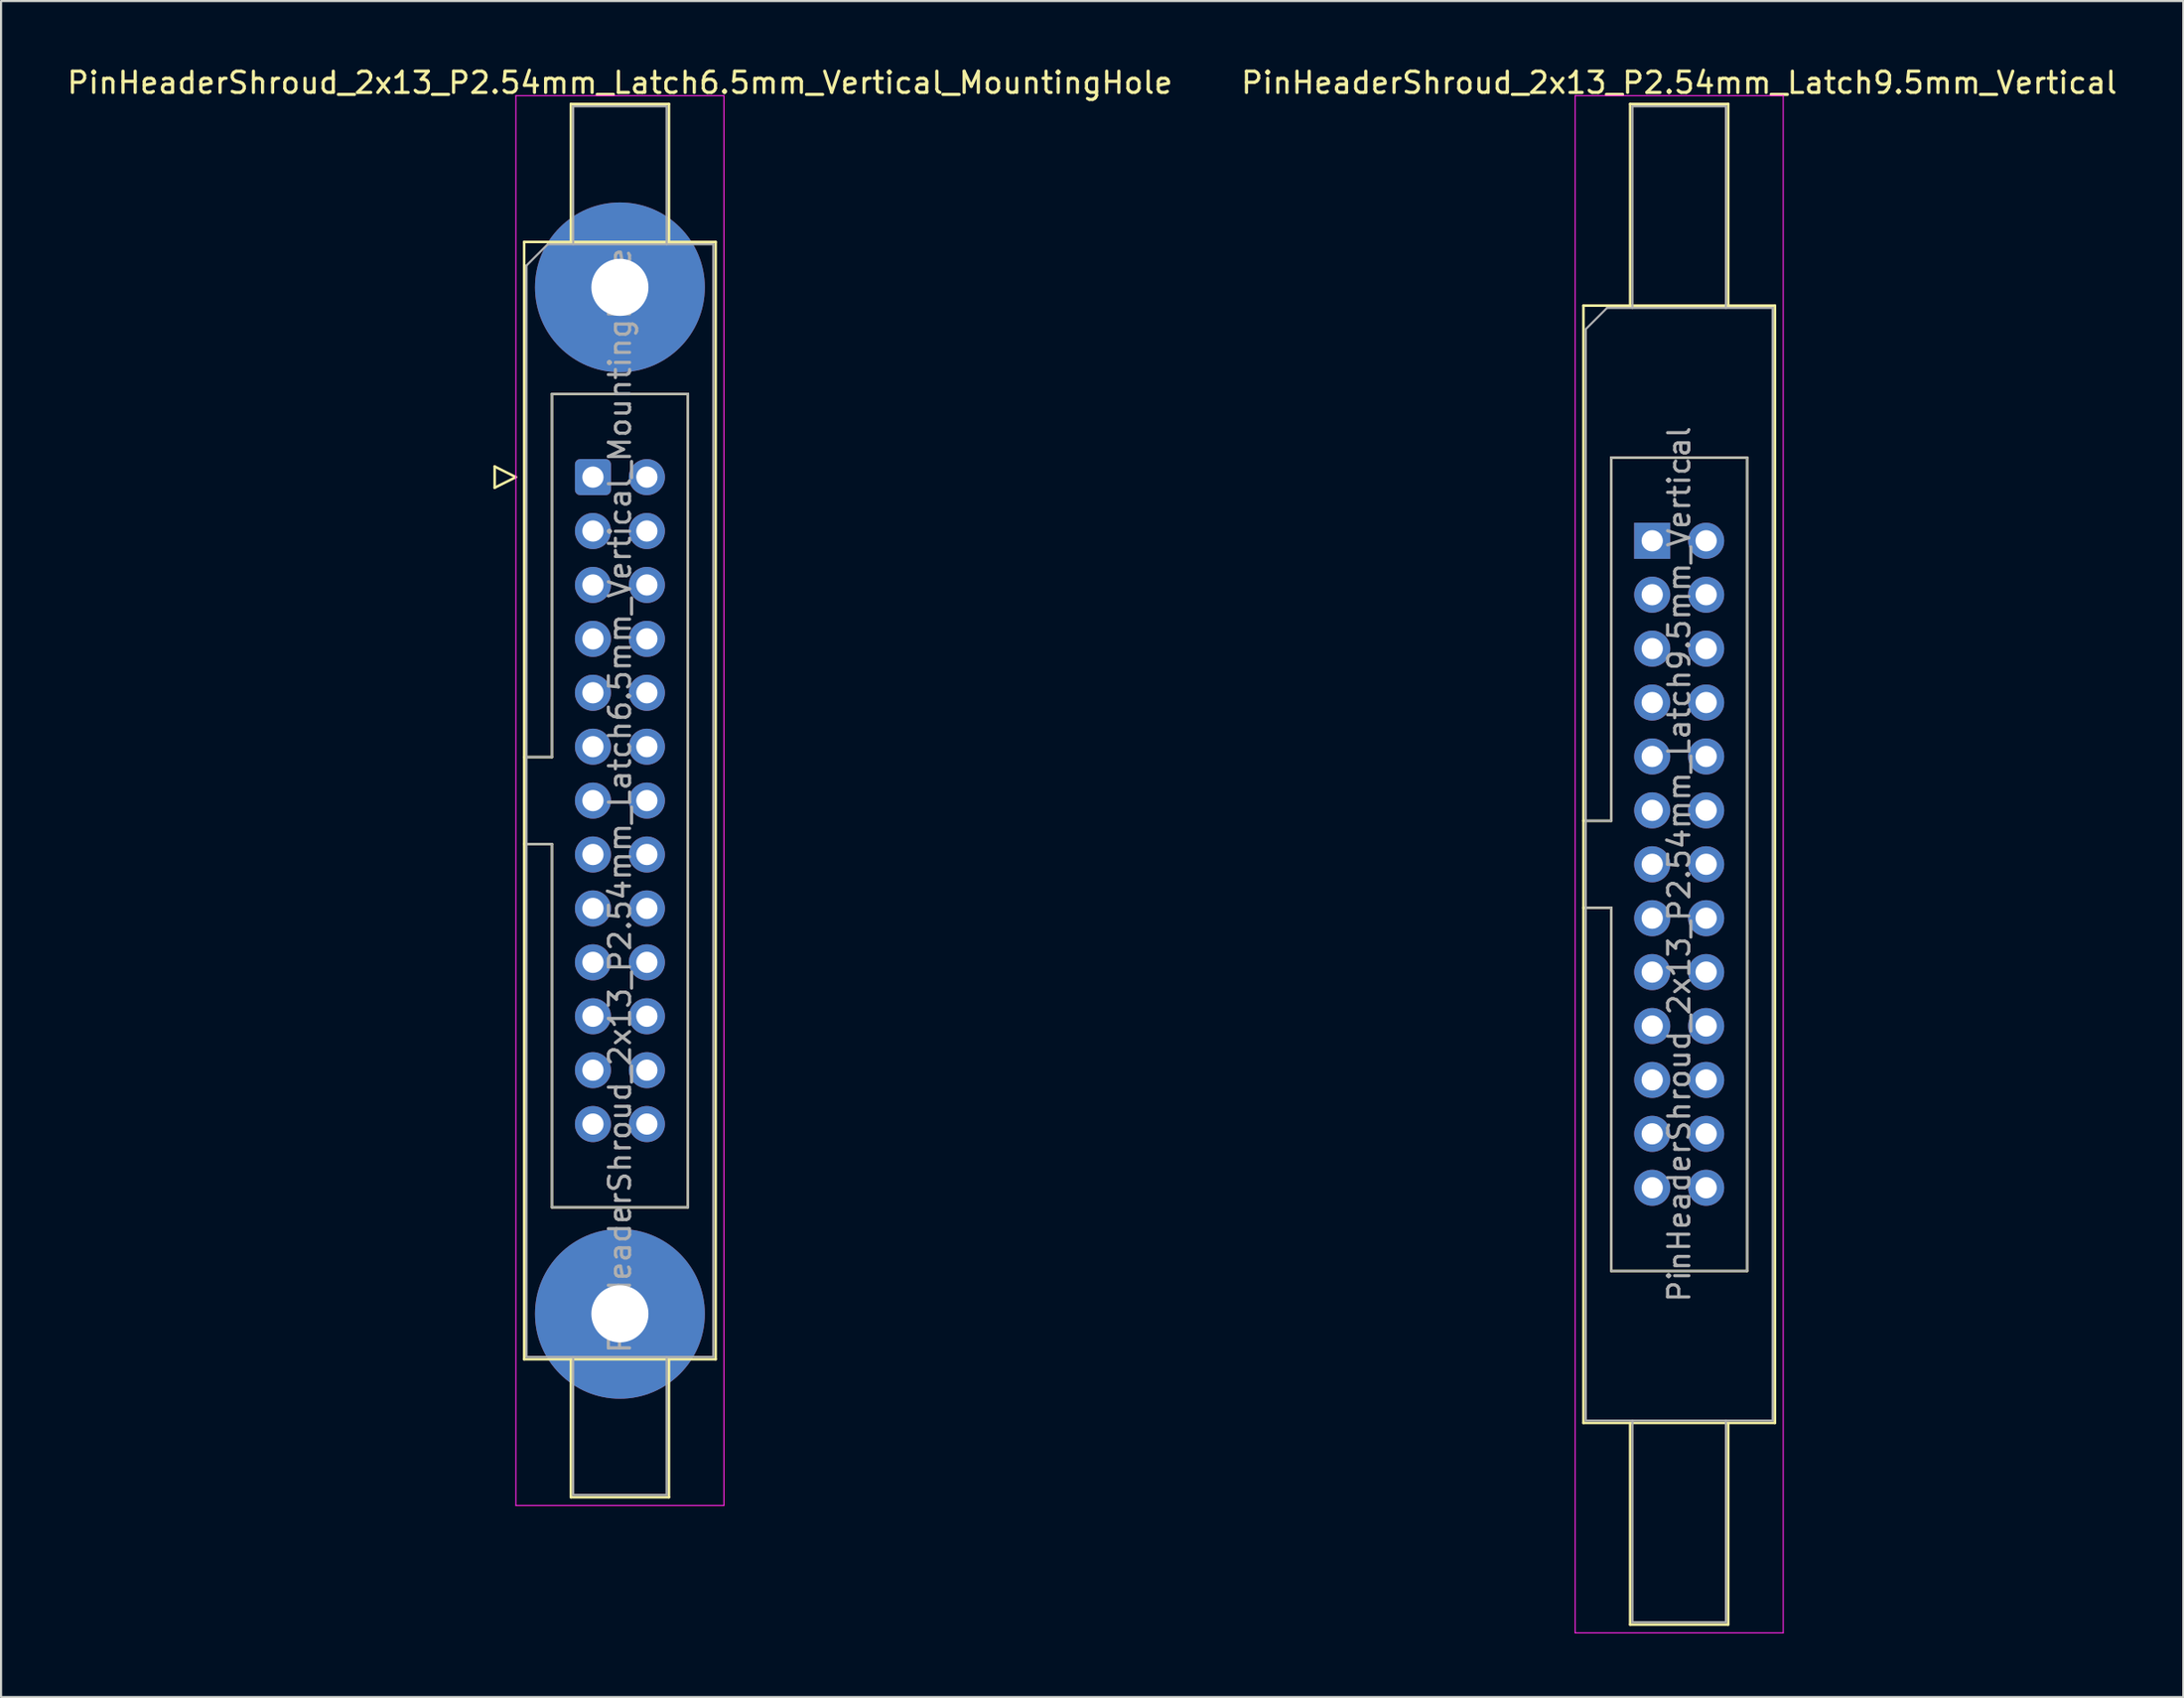
<source format=kicad_pcb>
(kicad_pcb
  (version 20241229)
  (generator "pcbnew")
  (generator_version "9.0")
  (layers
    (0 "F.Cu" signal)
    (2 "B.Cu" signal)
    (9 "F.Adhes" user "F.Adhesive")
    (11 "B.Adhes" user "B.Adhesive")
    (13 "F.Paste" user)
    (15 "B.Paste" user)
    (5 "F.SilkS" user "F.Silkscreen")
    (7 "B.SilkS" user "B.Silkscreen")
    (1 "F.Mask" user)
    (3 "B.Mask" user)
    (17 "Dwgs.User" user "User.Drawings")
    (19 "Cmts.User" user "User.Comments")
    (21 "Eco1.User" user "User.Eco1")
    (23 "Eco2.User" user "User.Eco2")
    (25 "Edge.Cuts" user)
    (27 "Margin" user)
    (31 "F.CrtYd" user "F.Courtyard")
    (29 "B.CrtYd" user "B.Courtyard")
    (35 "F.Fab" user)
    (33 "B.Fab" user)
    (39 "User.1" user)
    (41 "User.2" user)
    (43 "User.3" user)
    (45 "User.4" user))
  (footprint "PinHeaderShroud_2x13_P2.54mm_Latch6.5mm_Vertical_MountingHole"
    (layer "F.Cu")
    (at 24.879 19.428)
    (property "Reference" "PinHeaderShroud_2x13_P2.54mm_Latch6.5mm_Vertical_MountingHole" (at 1.27 -18.58 0) (layer "F.SilkS") (effects (font (size 1 1) (thickness 0.15))))
    (attr through_hole)
    (fp_line (start -4.63 -0.5) (end -4.63 0.5) (stroke (width 0.12) (type solid)) (layer "F.SilkS"))
    (fp_line (start -4.63 0.5) (end -3.63 0) (stroke (width 0.12) (type solid)) (layer "F.SilkS"))
    (fp_line (start -3.63 0) (end -4.63 -0.5) (stroke (width 0.12) (type solid)) (layer "F.SilkS"))
    (fp_line (start -3.24 -11.08) (end 5.78 -11.08) (stroke (width 0.12) (type solid)) (layer "F.SilkS"))
    (fp_line (start -3.24 13.19) (end -1.93 13.19) (stroke (width 0.12) (type solid)) (layer "F.SilkS"))
    (fp_line (start -3.24 17.29) (end -1.93 17.29) (stroke (width 0.12) (type solid)) (layer "F.SilkS"))
    (fp_line (start -3.24 41.56) (end -3.24 -11.08) (stroke (width 0.12) (type solid)) (layer "F.SilkS"))
    (fp_line (start -1.93 -3.92) (end 4.47 -3.92) (stroke (width 0.12) (type solid)) (layer "F.SilkS"))
    (fp_line (start -1.93 13.19) (end -1.93 -3.92) (stroke (width 0.12) (type solid)) (layer "F.SilkS"))
    (fp_line (start -1.93 34.4) (end -1.93 17.29) (stroke (width 0.12) (type solid)) (layer "F.SilkS"))
    (fp_line (start -1.04 -17.58) (end 3.58 -17.58) (stroke (width 0.12) (type solid)) (layer "F.SilkS"))
    (fp_line (start -1.04 -11.08) (end -1.04 -17.58) (stroke (width 0.12) (type solid)) (layer "F.SilkS"))
    (fp_line (start -1.04 41.56) (end -1.04 48.06) (stroke (width 0.12) (type solid)) (layer "F.SilkS"))
    (fp_line (start -1.04 48.06) (end 3.58 48.06) (stroke (width 0.12) (type solid)) (layer "F.SilkS"))
    (fp_line (start 3.58 -17.58) (end 3.58 -11.08) (stroke (width 0.12) (type solid)) (layer "F.SilkS"))
    (fp_line (start 3.58 48.06) (end 3.58 41.56) (stroke (width 0.12) (type solid)) (layer "F.SilkS"))
    (fp_line (start 4.47 -3.92) (end 4.47 34.4) (stroke (width 0.12) (type solid)) (layer "F.SilkS"))
    (fp_line (start 4.47 34.4) (end -1.93 34.4) (stroke (width 0.12) (type solid)) (layer "F.SilkS"))
    (fp_line (start 5.78 -11.08) (end 5.78 41.56) (stroke (width 0.12) (type solid)) (layer "F.SilkS"))
    (fp_line (start 5.78 41.56) (end -3.24 41.56) (stroke (width 0.12) (type solid)) (layer "F.SilkS"))
    (fp_line (start -3.63 -17.97) (end -3.63 48.45) (stroke (width 0.05) (type solid)) (layer "F.CrtYd"))
    (fp_line (start -3.63 48.45) (end 6.17 48.45) (stroke (width 0.05) (type solid)) (layer "F.CrtYd"))
    (fp_line (start 6.17 -17.97) (end -3.63 -17.97) (stroke (width 0.05) (type solid)) (layer "F.CrtYd"))
    (fp_line (start 6.17 48.45) (end 6.17 -17.97) (stroke (width 0.05) (type solid)) (layer "F.CrtYd"))
    (fp_line (start -3.13 -9.97) (end -2.13 -10.97) (stroke (width 0.1) (type solid)) (layer "F.Fab"))
    (fp_line (start -3.13 13.19) (end -1.93 13.19) (stroke (width 0.1) (type solid)) (layer "F.Fab"))
    (fp_line (start -3.13 17.29) (end -1.93 17.29) (stroke (width 0.1) (type solid)) (layer "F.Fab"))
    (fp_line (start -3.13 41.45) (end -3.13 -9.97) (stroke (width 0.1) (type solid)) (layer "F.Fab"))
    (fp_line (start -2.13 -10.97) (end 5.67 -10.97) (stroke (width 0.1) (type solid)) (layer "F.Fab"))
    (fp_line (start -1.93 -3.92) (end 4.47 -3.92) (stroke (width 0.1) (type solid)) (layer "F.Fab"))
    (fp_line (start -1.93 13.19) (end -1.93 -3.92) (stroke (width 0.1) (type solid)) (layer "F.Fab"))
    (fp_line (start -1.93 34.4) (end -1.93 17.29) (stroke (width 0.1) (type solid)) (layer "F.Fab"))
    (fp_line (start -0.93 -17.47) (end 3.47 -17.47) (stroke (width 0.1) (type solid)) (layer "F.Fab"))
    (fp_line (start -0.93 -10.97) (end -0.93 -17.47) (stroke (width 0.1) (type solid)) (layer "F.Fab"))
    (fp_line (start -0.93 41.45) (end -0.93 47.95) (stroke (width 0.1) (type solid)) (layer "F.Fab"))
    (fp_line (start -0.93 47.95) (end 3.47 47.95) (stroke (width 0.1) (type solid)) (layer "F.Fab"))
    (fp_line (start 3.47 -17.47) (end 3.47 -10.97) (stroke (width 0.1) (type solid)) (layer "F.Fab"))
    (fp_line (start 3.47 47.95) (end 3.47 41.45) (stroke (width 0.1) (type solid)) (layer "F.Fab"))
    (fp_line (start 4.47 -3.92) (end 4.47 34.4) (stroke (width 0.1) (type solid)) (layer "F.Fab"))
    (fp_line (start 4.47 34.4) (end -1.93 34.4) (stroke (width 0.1) (type solid)) (layer "F.Fab"))
    (fp_line (start 5.67 -10.97) (end 5.67 41.45) (stroke (width 0.1) (type solid)) (layer "F.Fab"))
    (fp_line (start 5.67 41.45) (end -3.13 41.45) (stroke (width 0.1) (type solid)) (layer "F.Fab"))
    (fp_text user "${REFERENCE}" (at 1.27 15.24 90) (layer "F.Fab") (effects (font (size 1 1) (thickness 0.15))))
    (pad "" thru_hole circle (at 1.27 -8.94) (size 8 8) (drill 2.69) (layers "*.Cu" "*.Mask"))
    (pad "" thru_hole circle (at 1.27 39.42) (size 8 8) (drill 2.69) (layers "*.Cu" "*.Mask"))
    (pad "1" thru_hole roundrect (at 0 0) (size 1.7 1.7) (drill 1) (layers "*.Cu" "*.Mask") (roundrect_rratio 0.147))
    (pad "2" thru_hole circle (at 2.54 0) (size 1.7 1.7) (drill 1) (layers "*.Cu" "*.Mask"))
    (pad "3" thru_hole circle (at 0 2.54) (size 1.7 1.7) (drill 1) (layers "*.Cu" "*.Mask"))
    (pad "4" thru_hole circle (at 2.54 2.54) (size 1.7 1.7) (drill 1) (layers "*.Cu" "*.Mask"))
    (pad "5" thru_hole circle (at 0 5.08) (size 1.7 1.7) (drill 1) (layers "*.Cu" "*.Mask"))
    (pad "6" thru_hole circle (at 2.54 5.08) (size 1.7 1.7) (drill 1) (layers "*.Cu" "*.Mask"))
    (pad "7" thru_hole circle (at 0 7.62) (size 1.7 1.7) (drill 1) (layers "*.Cu" "*.Mask"))
    (pad "8" thru_hole circle (at 2.54 7.62) (size 1.7 1.7) (drill 1) (layers "*.Cu" "*.Mask"))
    (pad "9" thru_hole circle (at 0 10.16) (size 1.7 1.7) (drill 1) (layers "*.Cu" "*.Mask"))
    (pad "10" thru_hole circle (at 2.54 10.16) (size 1.7 1.7) (drill 1) (layers "*.Cu" "*.Mask"))
    (pad "11" thru_hole circle (at 0 12.7) (size 1.7 1.7) (drill 1) (layers "*.Cu" "*.Mask"))
    (pad "12" thru_hole circle (at 2.54 12.7) (size 1.7 1.7) (drill 1) (layers "*.Cu" "*.Mask"))
    (pad "13" thru_hole circle (at 0 15.24) (size 1.7 1.7) (drill 1) (layers "*.Cu" "*.Mask"))
    (pad "14" thru_hole circle (at 2.54 15.24) (size 1.7 1.7) (drill 1) (layers "*.Cu" "*.Mask"))
    (pad "15" thru_hole circle (at 0 17.78) (size 1.7 1.7) (drill 1) (layers "*.Cu" "*.Mask"))
    (pad "16" thru_hole circle (at 2.54 17.78) (size 1.7 1.7) (drill 1) (layers "*.Cu" "*.Mask"))
    (pad "17" thru_hole circle (at 0 20.32) (size 1.7 1.7) (drill 1) (layers "*.Cu" "*.Mask"))
    (pad "18" thru_hole circle (at 2.54 20.32) (size 1.7 1.7) (drill 1) (layers "*.Cu" "*.Mask"))
    (pad "19" thru_hole circle (at 0 22.86) (size 1.7 1.7) (drill 1) (layers "*.Cu" "*.Mask"))
    (pad "20" thru_hole circle (at 2.54 22.86) (size 1.7 1.7) (drill 1) (layers "*.Cu" "*.Mask"))
    (pad "21" thru_hole circle (at 0 25.4) (size 1.7 1.7) (drill 1) (layers "*.Cu" "*.Mask"))
    (pad "22" thru_hole circle (at 2.54 25.4) (size 1.7 1.7) (drill 1) (layers "*.Cu" "*.Mask"))
    (pad "23" thru_hole circle (at 0 27.94) (size 1.7 1.7) (drill 1) (layers "*.Cu" "*.Mask"))
    (pad "24" thru_hole circle (at 2.54 27.94) (size 1.7 1.7) (drill 1) (layers "*.Cu" "*.Mask"))
    (pad "25" thru_hole circle (at 0 30.48) (size 1.7 1.7) (drill 1) (layers "*.Cu" "*.Mask"))
    (pad "26" thru_hole circle (at 2.54 30.48) (size 1.7 1.7) (drill 1) (layers "*.Cu" "*.Mask")))
  (footprint "PinHeaderShroud_2x13_P2.54mm_Latch9.5mm_Vertical"
    (layer "F.Cu")
    (at 74.772 22.428)
    (property "Reference" "PinHeaderShroud_2x13_P2.54mm_Latch9.5mm_Vertical" (at 1.27 -21.58 0) (layer "F.SilkS") (effects (font (size 1 1) (thickness 0.15))))
    (attr through_hole)
    (fp_line (start -3.24 -11.08) (end 5.78 -11.08) (stroke (width 0.12) (type solid)) (layer "F.SilkS"))
    (fp_line (start -3.24 13.19) (end -1.93 13.19) (stroke (width 0.12) (type solid)) (layer "F.SilkS"))
    (fp_line (start -3.24 17.29) (end -1.93 17.29) (stroke (width 0.12) (type solid)) (layer "F.SilkS"))
    (fp_line (start -3.24 41.56) (end -3.24 -11.08) (stroke (width 0.12) (type solid)) (layer "F.SilkS"))
    (fp_line (start -1.93 -3.92) (end 4.47 -3.92) (stroke (width 0.12) (type solid)) (layer "F.SilkS"))
    (fp_line (start -1.93 13.19) (end -1.93 -3.92) (stroke (width 0.12) (type solid)) (layer "F.SilkS"))
    (fp_line (start -1.93 34.4) (end -1.93 17.29) (stroke (width 0.12) (type solid)) (layer "F.SilkS"))
    (fp_line (start -1.04 -20.58) (end 3.58 -20.58) (stroke (width 0.12) (type solid)) (layer "F.SilkS"))
    (fp_line (start -1.04 -11.08) (end -1.04 -20.58) (stroke (width 0.12) (type solid)) (layer "F.SilkS"))
    (fp_line (start -1.04 41.56) (end -1.04 51.06) (stroke (width 0.12) (type solid)) (layer "F.SilkS"))
    (fp_line (start -1.04 51.06) (end 3.58 51.06) (stroke (width 0.12) (type solid)) (layer "F.SilkS"))
    (fp_line (start 3.58 -20.58) (end 3.58 -11.08) (stroke (width 0.12) (type solid)) (layer "F.SilkS"))
    (fp_line (start 3.58 51.06) (end 3.58 41.56) (stroke (width 0.12) (type solid)) (layer "F.SilkS"))
    (fp_line (start 4.47 -3.92) (end 4.47 34.4) (stroke (width 0.12) (type solid)) (layer "F.SilkS"))
    (fp_line (start 4.47 34.4) (end -1.93 34.4) (stroke (width 0.12) (type solid)) (layer "F.SilkS"))
    (fp_line (start 5.78 -11.08) (end 5.78 41.56) (stroke (width 0.12) (type solid)) (layer "F.SilkS"))
    (fp_line (start 5.78 41.56) (end -3.24 41.56) (stroke (width 0.12) (type solid)) (layer "F.SilkS"))
    (fp_line (start -3.63 -20.97) (end -3.63 51.45) (stroke (width 0.05) (type solid)) (layer "F.CrtYd"))
    (fp_line (start -3.63 51.45) (end 6.17 51.45) (stroke (width 0.05) (type solid)) (layer "F.CrtYd"))
    (fp_line (start 6.17 -20.97) (end -3.63 -20.97) (stroke (width 0.05) (type solid)) (layer "F.CrtYd"))
    (fp_line (start 6.17 51.45) (end 6.17 -20.97) (stroke (width 0.05) (type solid)) (layer "F.CrtYd"))
    (fp_line (start -3.13 -9.97) (end -2.13 -10.97) (stroke (width 0.1) (type solid)) (layer "F.Fab"))
    (fp_line (start -3.13 13.19) (end -1.93 13.19) (stroke (width 0.1) (type solid)) (layer "F.Fab"))
    (fp_line (start -3.13 17.29) (end -1.93 17.29) (stroke (width 0.1) (type solid)) (layer "F.Fab"))
    (fp_line (start -3.13 41.45) (end -3.13 -9.97) (stroke (width 0.1) (type solid)) (layer "F.Fab"))
    (fp_line (start -2.13 -10.97) (end 5.67 -10.97) (stroke (width 0.1) (type solid)) (layer "F.Fab"))
    (fp_line (start -1.93 -3.92) (end 4.47 -3.92) (stroke (width 0.1) (type solid)) (layer "F.Fab"))
    (fp_line (start -1.93 13.19) (end -1.93 -3.92) (stroke (width 0.1) (type solid)) (layer "F.Fab"))
    (fp_line (start -1.93 34.4) (end -1.93 17.29) (stroke (width 0.1) (type solid)) (layer "F.Fab"))
    (fp_line (start -0.93 -20.47) (end 3.47 -20.47) (stroke (width 0.1) (type solid)) (layer "F.Fab"))
    (fp_line (start -0.93 -10.97) (end -0.93 -20.47) (stroke (width 0.1) (type solid)) (layer "F.Fab"))
    (fp_line (start -0.93 41.45) (end -0.93 50.95) (stroke (width 0.1) (type solid)) (layer "F.Fab"))
    (fp_line (start -0.93 50.95) (end 3.47 50.95) (stroke (width 0.1) (type solid)) (layer "F.Fab"))
    (fp_line (start 3.47 -20.47) (end 3.47 -10.97) (stroke (width 0.1) (type solid)) (layer "F.Fab"))
    (fp_line (start 3.47 50.95) (end 3.47 41.45) (stroke (width 0.1) (type solid)) (layer "F.Fab"))
    (fp_line (start 4.47 -3.92) (end 4.47 34.4) (stroke (width 0.1) (type solid)) (layer "F.Fab"))
    (fp_line (start 4.47 34.4) (end -1.93 34.4) (stroke (width 0.1) (type solid)) (layer "F.Fab"))
    (fp_line (start 5.67 -10.97) (end 5.67 41.45) (stroke (width 0.1) (type solid)) (layer "F.Fab"))
    (fp_line (start 5.67 41.45) (end -3.13 41.45) (stroke (width 0.1) (type solid)) (layer "F.Fab"))
    (fp_text user "${REFERENCE}" (at 1.27 15.24 90) (layer "F.Fab") (effects (font (size 1 1) (thickness 0.15))))
    (pad "1" thru_hole rect (at 0 0) (size 1.7 1.7) (drill 1) (layers "*.Cu" "*.Mask"))
    (pad "2" thru_hole circle (at 2.54 0) (size 1.7 1.7) (drill 1) (layers "*.Cu" "*.Mask"))
    (pad "3" thru_hole circle (at 0 2.54) (size 1.7 1.7) (drill 1) (layers "*.Cu" "*.Mask"))
    (pad "4" thru_hole circle (at 2.54 2.54) (size 1.7 1.7) (drill 1) (layers "*.Cu" "*.Mask"))
    (pad "5" thru_hole circle (at 0 5.08) (size 1.7 1.7) (drill 1) (layers "*.Cu" "*.Mask"))
    (pad "6" thru_hole circle (at 2.54 5.08) (size 1.7 1.7) (drill 1) (layers "*.Cu" "*.Mask"))
    (pad "7" thru_hole circle (at 0 7.62) (size 1.7 1.7) (drill 1) (layers "*.Cu" "*.Mask"))
    (pad "8" thru_hole circle (at 2.54 7.62) (size 1.7 1.7) (drill 1) (layers "*.Cu" "*.Mask"))
    (pad "9" thru_hole circle (at 0 10.16) (size 1.7 1.7) (drill 1) (layers "*.Cu" "*.Mask"))
    (pad "10" thru_hole circle (at 2.54 10.16) (size 1.7 1.7) (drill 1) (layers "*.Cu" "*.Mask"))
    (pad "11" thru_hole circle (at 0 12.7) (size 1.7 1.7) (drill 1) (layers "*.Cu" "*.Mask"))
    (pad "12" thru_hole circle (at 2.54 12.7) (size 1.7 1.7) (drill 1) (layers "*.Cu" "*.Mask"))
    (pad "13" thru_hole circle (at 0 15.24) (size 1.7 1.7) (drill 1) (layers "*.Cu" "*.Mask"))
    (pad "14" thru_hole circle (at 2.54 15.24) (size 1.7 1.7) (drill 1) (layers "*.Cu" "*.Mask"))
    (pad "15" thru_hole circle (at 0 17.78) (size 1.7 1.7) (drill 1) (layers "*.Cu" "*.Mask"))
    (pad "16" thru_hole circle (at 2.54 17.78) (size 1.7 1.7) (drill 1) (layers "*.Cu" "*.Mask"))
    (pad "17" thru_hole circle (at 0 20.32) (size 1.7 1.7) (drill 1) (layers "*.Cu" "*.Mask"))
    (pad "18" thru_hole circle (at 2.54 20.32) (size 1.7 1.7) (drill 1) (layers "*.Cu" "*.Mask"))
    (pad "19" thru_hole circle (at 0 22.86) (size 1.7 1.7) (drill 1) (layers "*.Cu" "*.Mask"))
    (pad "20" thru_hole circle (at 2.54 22.86) (size 1.7 1.7) (drill 1) (layers "*.Cu" "*.Mask"))
    (pad "21" thru_hole circle (at 0 25.4) (size 1.7 1.7) (drill 1) (layers "*.Cu" "*.Mask"))
    (pad "22" thru_hole circle (at 2.54 25.4) (size 1.7 1.7) (drill 1) (layers "*.Cu" "*.Mask"))
    (pad "23" thru_hole circle (at 0 27.94) (size 1.7 1.7) (drill 1) (layers "*.Cu" "*.Mask"))
    (pad "24" thru_hole circle (at 2.54 27.94) (size 1.7 1.7) (drill 1) (layers "*.Cu" "*.Mask"))
    (pad "25" thru_hole circle (at 0 30.48) (size 1.7 1.7) (drill 1) (layers "*.Cu" "*.Mask"))
    (pad "26" thru_hole circle (at 2.54 30.48) (size 1.7 1.7) (drill 1) (layers "*.Cu" "*.Mask")))
  (gr_rect
    (start -3 -3)
    (end 99.786 76.903)
    (stroke (width 0.1) (type default))
    (fill no)
    (layer "Edge.Cuts")))
</source>
